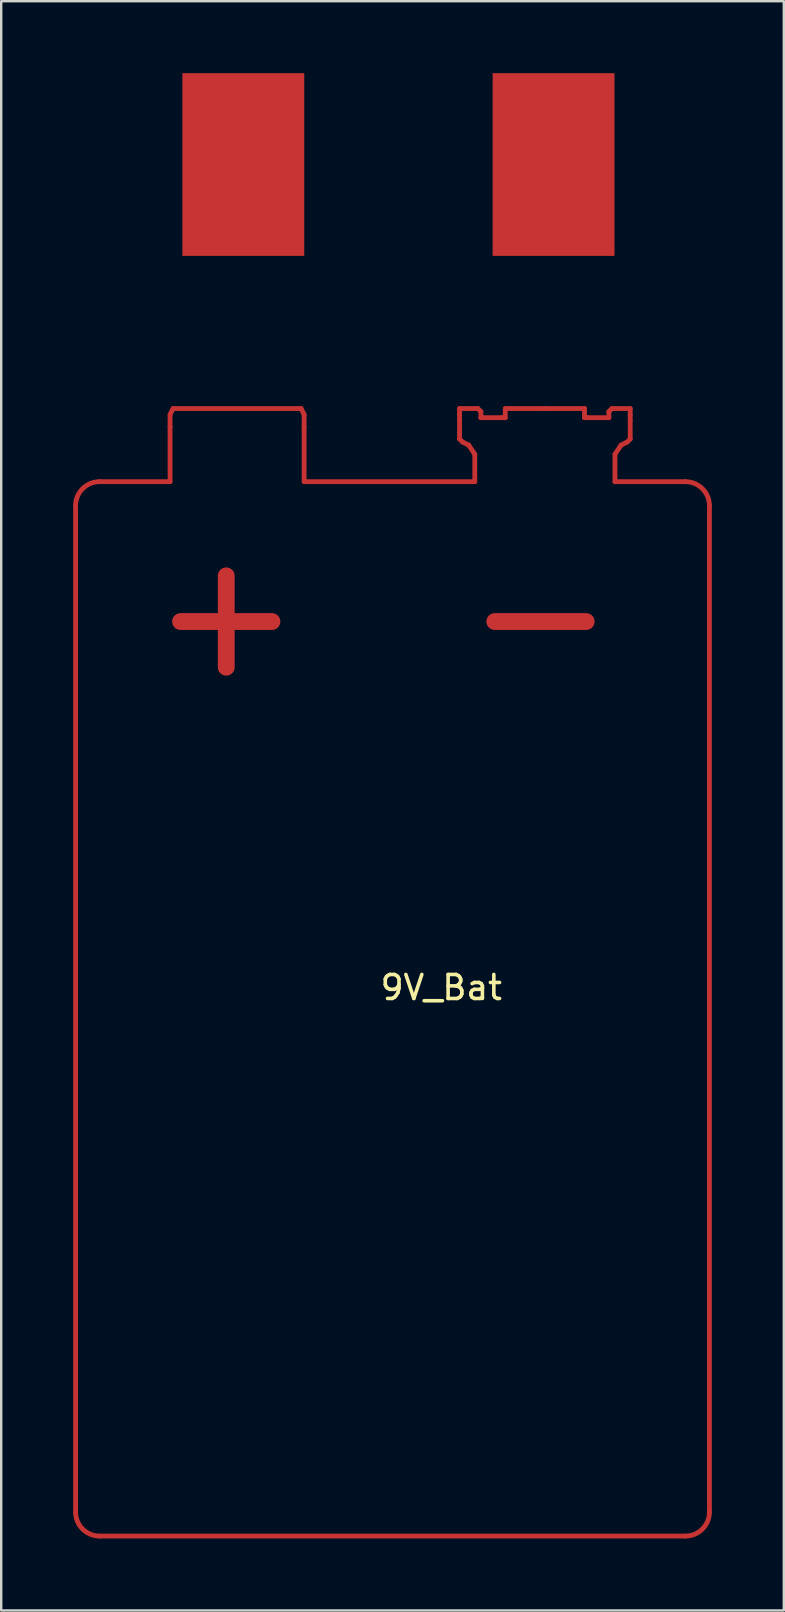
<source format=kicad_pcb>
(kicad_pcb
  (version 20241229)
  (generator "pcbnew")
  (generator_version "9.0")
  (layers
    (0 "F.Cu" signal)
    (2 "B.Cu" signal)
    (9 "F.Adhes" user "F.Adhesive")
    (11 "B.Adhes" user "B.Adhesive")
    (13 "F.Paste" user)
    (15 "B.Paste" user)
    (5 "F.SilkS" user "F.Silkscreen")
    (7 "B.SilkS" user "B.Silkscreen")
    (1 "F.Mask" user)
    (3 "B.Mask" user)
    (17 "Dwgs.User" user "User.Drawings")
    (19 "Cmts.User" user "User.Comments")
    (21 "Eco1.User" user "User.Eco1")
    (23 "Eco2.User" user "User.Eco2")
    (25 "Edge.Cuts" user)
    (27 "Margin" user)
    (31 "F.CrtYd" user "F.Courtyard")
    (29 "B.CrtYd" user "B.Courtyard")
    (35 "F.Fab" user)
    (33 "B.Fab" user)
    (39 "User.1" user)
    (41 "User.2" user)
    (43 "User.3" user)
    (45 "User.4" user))
  (footprint "9V_Bat"
    (layer "F.Cu")
    (at 13.435 36.836)
    (property "Reference" "9V_Bat" (at 1.905 1.27 0) (unlocked yes) (layer "F.SilkS") (effects (font (size 1 1) (thickness 0.15))))
    (attr through_hole)
    (fp_line (start -13.335 23.13) (end -13.335 -18.812) (stroke (width 0.2) (type default)) (layer "F.Cu"))
    (fp_line (start -12.335 -19.812) (end -9.398 -19.812) (stroke (width 0.2) (type default)) (layer "F.Cu"))
    (fp_line (start -9.398 -22.606) (end -9.271 -22.86) (stroke (width 0.2) (type default)) (layer "F.Cu"))
    (fp_line (start -9.398 -22.098) (end -9.398 -22.606) (stroke (width 0.2) (type default)) (layer "F.Cu"))
    (fp_line (start -9.398 -19.812) (end -9.398 -22.098) (stroke (width 0.2) (type default)) (layer "F.Cu"))
    (fp_line (start -9.271 -22.86) (end -3.937 -22.86) (stroke (width 0.2) (type default)) (layer "F.Cu"))
    (fp_line (start -3.81 -22.606) (end -3.937 -22.86) (stroke (width 0.2) (type default)) (layer "F.Cu"))
    (fp_line (start -3.81 -22.098) (end -3.81 -22.606) (stroke (width 0.2) (type default)) (layer "F.Cu"))
    (fp_line (start -3.81 -19.812) (end -3.81 -22.098) (stroke (width 0.2) (type default)) (layer "F.Cu"))
    (fp_line (start -3.81 -19.812) (end 3.302 -19.812) (stroke (width 0.2) (type default)) (layer "F.Cu"))
    (fp_line (start 2.667 -22.86) (end 3.429 -22.86) (stroke (width 0.2) (type default)) (layer "F.Cu"))
    (fp_line (start 2.667 -22.606) (end 2.667 -22.86) (stroke (width 0.2) (type default)) (layer "F.Cu"))
    (fp_line (start 2.667 -22.352) (end 2.667 -22.606) (stroke (width 0.2) (type default)) (layer "F.Cu"))
    (fp_line (start 2.667 -21.59) (end 2.667 -22.352) (stroke (width 0.2) (type default)) (layer "F.Cu"))
    (fp_line (start 2.794 -21.463) (end 2.667 -21.59) (stroke (width 0.2) (type default)) (layer "F.Cu"))
    (fp_line (start 3.048 -21.336) (end 2.794 -21.463) (stroke (width 0.2) (type default)) (layer "F.Cu"))
    (fp_line (start 3.302 -20.955) (end 3.048 -21.336) (stroke (width 0.2) (type default)) (layer "F.Cu"))
    (fp_line (start 3.302 -19.812) (end 3.302 -20.955) (stroke (width 0.2) (type default)) (layer "F.Cu"))
    (fp_line (start 3.429 -22.86) (end 3.556 -22.733) (stroke (width 0.2) (type default)) (layer "F.Cu"))
    (fp_line (start 3.556 -22.733) (end 3.556 -22.479) (stroke (width 0.2) (type default)) (layer "F.Cu"))
    (fp_line (start 3.556 -22.479) (end 4.445 -22.479) (stroke (width 0.2) (type default)) (layer "F.Cu"))
    (fp_line (start 4.445 -22.479) (end 4.572 -22.479) (stroke (width 0.2) (type default)) (layer "F.Cu"))
    (fp_line (start 4.572 -22.86) (end 6.223 -22.86) (stroke (width 0.2) (type default)) (layer "F.Cu"))
    (fp_line (start 4.572 -22.479) (end 4.572 -22.86) (stroke (width 0.2) (type default)) (layer "F.Cu"))
    (fp_line (start 7.874 -22.86) (end 6.223 -22.86) (stroke (width 0.2) (type default)) (layer "F.Cu"))
    (fp_line (start 7.874 -22.479) (end 7.874 -22.86) (stroke (width 0.2) (type default)) (layer "F.Cu"))
    (fp_line (start 8.001 -22.479) (end 7.874 -22.479) (stroke (width 0.2) (type default)) (layer "F.Cu"))
    (fp_line (start 8.89 -22.733) (end 8.89 -22.479) (stroke (width 0.2) (type default)) (layer "F.Cu"))
    (fp_line (start 8.89 -22.479) (end 8.001 -22.479) (stroke (width 0.2) (type default)) (layer "F.Cu"))
    (fp_line (start 9.017 -22.86) (end 8.89 -22.733) (stroke (width 0.2) (type default)) (layer "F.Cu"))
    (fp_line (start 9.144 -20.955) (end 9.398 -21.336) (stroke (width 0.2) (type default)) (layer "F.Cu"))
    (fp_line (start 9.144 -19.812) (end 9.144 -20.955) (stroke (width 0.2) (type default)) (layer "F.Cu"))
    (fp_line (start 9.144 -19.812) (end 12.081 -19.812) (stroke (width 0.2) (type default)) (layer "F.Cu"))
    (fp_line (start 9.398 -21.336) (end 9.652 -21.463) (stroke (width 0.2) (type default)) (layer "F.Cu"))
    (fp_line (start 9.652 -21.463) (end 9.779 -21.59) (stroke (width 0.2) (type default)) (layer "F.Cu"))
    (fp_line (start 9.779 -22.86) (end 9.017 -22.86) (stroke (width 0.2) (type default)) (layer "F.Cu"))
    (fp_line (start 9.779 -22.606) (end 9.779 -22.86) (stroke (width 0.2) (type default)) (layer "F.Cu"))
    (fp_line (start 9.779 -22.352) (end 9.779 -22.606) (stroke (width 0.2) (type default)) (layer "F.Cu"))
    (fp_line (start 9.779 -21.59) (end 9.779 -22.352) (stroke (width 0.2) (type default)) (layer "F.Cu"))
    (fp_line (start 12.081 24.13) (end -12.335 24.13) (stroke (width 0.2) (type default)) (layer "F.Cu"))
    (fp_line (start 13.081 -18.812) (end 13.081 23.13) (stroke (width 0.2) (type default)) (layer "F.Cu"))
    (fp_arc (start -13.335 -18.812) (mid -13.042107 -19.519107) (end -12.335 -19.812) (stroke (width 0.2) (type default)) (layer "F.Cu"))
    (fp_arc (start -12.335 24.13) (mid -13.042107 23.837107) (end -13.335 23.13) (stroke (width 0.2) (type default)) (layer "F.Cu"))
    (fp_arc (start 12.081 -19.812) (mid 12.788107 -19.519107) (end 13.081 -18.812) (stroke (width 0.2) (type default)) (layer "F.Cu"))
    (fp_arc (start 13.081 23.13) (mid 12.788107 23.837107) (end 12.081 24.13) (stroke (width 0.2) (type default)) (layer "F.Cu"))
    (fp_line (start -13.335 23.13) (end -13.335 -18.812) (stroke (width 0.2) (type default)) (layer "F.Mask"))
    (fp_line (start -12.335 -19.812) (end -9.398 -19.812) (stroke (width 0.2) (type default)) (layer "F.Mask"))
    (fp_line (start -9.398 -22.606) (end -9.271 -22.86) (stroke (width 0.2) (type default)) (layer "F.Mask"))
    (fp_line (start -9.398 -22.098) (end -9.398 -22.606) (stroke (width 0.2) (type default)) (layer "F.Mask"))
    (fp_line (start -9.398 -19.812) (end -9.398 -22.098) (stroke (width 0.2) (type default)) (layer "F.Mask"))
    (fp_line (start -9.271 -22.86) (end -3.937 -22.86) (stroke (width 0.2) (type default)) (layer "F.Mask"))
    (fp_line (start -3.81 -22.606) (end -3.937 -22.86) (stroke (width 0.2) (type default)) (layer "F.Mask"))
    (fp_line (start -3.81 -22.098) (end -3.81 -22.606) (stroke (width 0.2) (type default)) (layer "F.Mask"))
    (fp_line (start -3.81 -19.812) (end -3.81 -22.098) (stroke (width 0.2) (type default)) (layer "F.Mask"))
    (fp_line (start -3.81 -19.812) (end 3.302 -19.812) (stroke (width 0.2) (type default)) (layer "F.Mask"))
    (fp_line (start 2.667 -22.86) (end 3.429 -22.86) (stroke (width 0.2) (type default)) (layer "F.Mask"))
    (fp_line (start 2.667 -22.606) (end 2.667 -22.86) (stroke (width 0.2) (type default)) (layer "F.Mask"))
    (fp_line (start 2.667 -22.352) (end 2.667 -22.606) (stroke (width 0.2) (type default)) (layer "F.Mask"))
    (fp_line (start 2.667 -21.59) (end 2.667 -22.352) (stroke (width 0.2) (type default)) (layer "F.Mask"))
    (fp_line (start 2.794 -21.463) (end 2.667 -21.59) (stroke (width 0.2) (type default)) (layer "F.Mask"))
    (fp_line (start 3.048 -21.336) (end 2.794 -21.463) (stroke (width 0.2) (type default)) (layer "F.Mask"))
    (fp_line (start 3.302 -20.955) (end 3.048 -21.336) (stroke (width 0.2) (type default)) (layer "F.Mask"))
    (fp_line (start 3.302 -19.812) (end 3.302 -20.955) (stroke (width 0.2) (type default)) (layer "F.Mask"))
    (fp_line (start 3.429 -22.86) (end 3.556 -22.733) (stroke (width 0.2) (type default)) (layer "F.Mask"))
    (fp_line (start 3.556 -22.733) (end 3.556 -22.479) (stroke (width 0.2) (type default)) (layer "F.Mask"))
    (fp_line (start 3.556 -22.479) (end 4.445 -22.479) (stroke (width 0.2) (type default)) (layer "F.Mask"))
    (fp_line (start 4.445 -22.479) (end 4.572 -22.479) (stroke (width 0.2) (type default)) (layer "F.Mask"))
    (fp_line (start 4.572 -22.86) (end 6.223 -22.86) (stroke (width 0.2) (type default)) (layer "F.Mask"))
    (fp_line (start 4.572 -22.479) (end 4.572 -22.86) (stroke (width 0.2) (type default)) (layer "F.Mask"))
    (fp_line (start 7.874 -22.86) (end 6.223 -22.86) (stroke (width 0.2) (type default)) (layer "F.Mask"))
    (fp_line (start 7.874 -22.479) (end 7.874 -22.86) (stroke (width 0.2) (type default)) (layer "F.Mask"))
    (fp_line (start 8.001 -22.479) (end 7.874 -22.479) (stroke (width 0.2) (type default)) (layer "F.Mask"))
    (fp_line (start 8.89 -22.733) (end 8.89 -22.479) (stroke (width 0.2) (type default)) (layer "F.Mask"))
    (fp_line (start 8.89 -22.479) (end 8.001 -22.479) (stroke (width 0.2) (type default)) (layer "F.Mask"))
    (fp_line (start 9.017 -22.86) (end 8.89 -22.733) (stroke (width 0.2) (type default)) (layer "F.Mask"))
    (fp_line (start 9.144 -20.955) (end 9.398 -21.336) (stroke (width 0.2) (type default)) (layer "F.Mask"))
    (fp_line (start 9.144 -19.812) (end 9.144 -20.955) (stroke (width 0.2) (type default)) (layer "F.Mask"))
    (fp_line (start 9.144 -19.812) (end 12.081 -19.812) (stroke (width 0.2) (type default)) (layer "F.Mask"))
    (fp_line (start 9.398 -21.336) (end 9.652 -21.463) (stroke (width 0.2) (type default)) (layer "F.Mask"))
    (fp_line (start 9.652 -21.463) (end 9.779 -21.59) (stroke (width 0.2) (type default)) (layer "F.Mask"))
    (fp_line (start 9.779 -22.86) (end 9.017 -22.86) (stroke (width 0.2) (type default)) (layer "F.Mask"))
    (fp_line (start 9.779 -22.606) (end 9.779 -22.86) (stroke (width 0.2) (type default)) (layer "F.Mask"))
    (fp_line (start 9.779 -22.352) (end 9.779 -22.606) (stroke (width 0.2) (type default)) (layer "F.Mask"))
    (fp_line (start 9.779 -21.59) (end 9.779 -22.352) (stroke (width 0.2) (type default)) (layer "F.Mask"))
    (fp_line (start 12.081 24.13) (end -12.335 24.13) (stroke (width 0.2) (type default)) (layer "F.Mask"))
    (fp_line (start 13.081 -18.812) (end 13.081 23.13) (stroke (width 0.2) (type default)) (layer "F.Mask"))
    (fp_arc (start -13.335 -18.812) (mid -13.042107 -19.519107) (end -12.335 -19.812) (stroke (width 0.2) (type default)) (layer "F.Mask"))
    (fp_arc (start -12.335 24.13) (mid -13.042107 23.837107) (end -13.335 23.13) (stroke (width 0.2) (type default)) (layer "F.Mask"))
    (fp_arc (start 12.081 -19.812) (mid 12.788107 -19.519107) (end 13.081 -18.812) (stroke (width 0.2) (type default)) (layer "F.Mask"))
    (fp_arc (start 13.081 23.13) (mid 12.788107 23.837107) (end 12.081 24.13) (stroke (width 0.2) (type default)) (layer "F.Mask"))
    (fp_text user "+" (at -3.5 -11.43 0) (unlocked yes) (layer "F.Cu") (effects (font (size 5 5) (thickness 0.7)) (justify right bottom)))
    (fp_text user "-" (at 9.596 -11.43 0) (unlocked yes) (layer "F.Cu") (effects (font (size 5 5) (thickness 0.7)) (justify right bottom)))
    (fp_text user "-" (at 9.596 -11.43 0) (unlocked yes) (layer "F.Mask") (effects (font (size 5 5) (thickness 0.7)) (justify right bottom)))
    (fp_text user "+" (at -3.5 -11.43 0) (unlocked yes) (layer "F.Mask") (effects (font (size 5 5) (thickness 0.7)) (justify right bottom)))
    (pad "1" smd rect (at -6.345 -33.029) (size 5.079 7.616) (layers "F.Cu" "F.Mask" "F.Paste"))
    (pad "2" smd rect (at 6.585 -33.029) (size 5.079 7.616) (layers "F.Cu" "F.Mask" "F.Paste")))
  (gr_rect
    (start -3 -3)
    (end 29.616 64.066)
    (stroke (width 0.1) (type default))
    (fill no)
    (layer "Edge.Cuts")))
</source>
